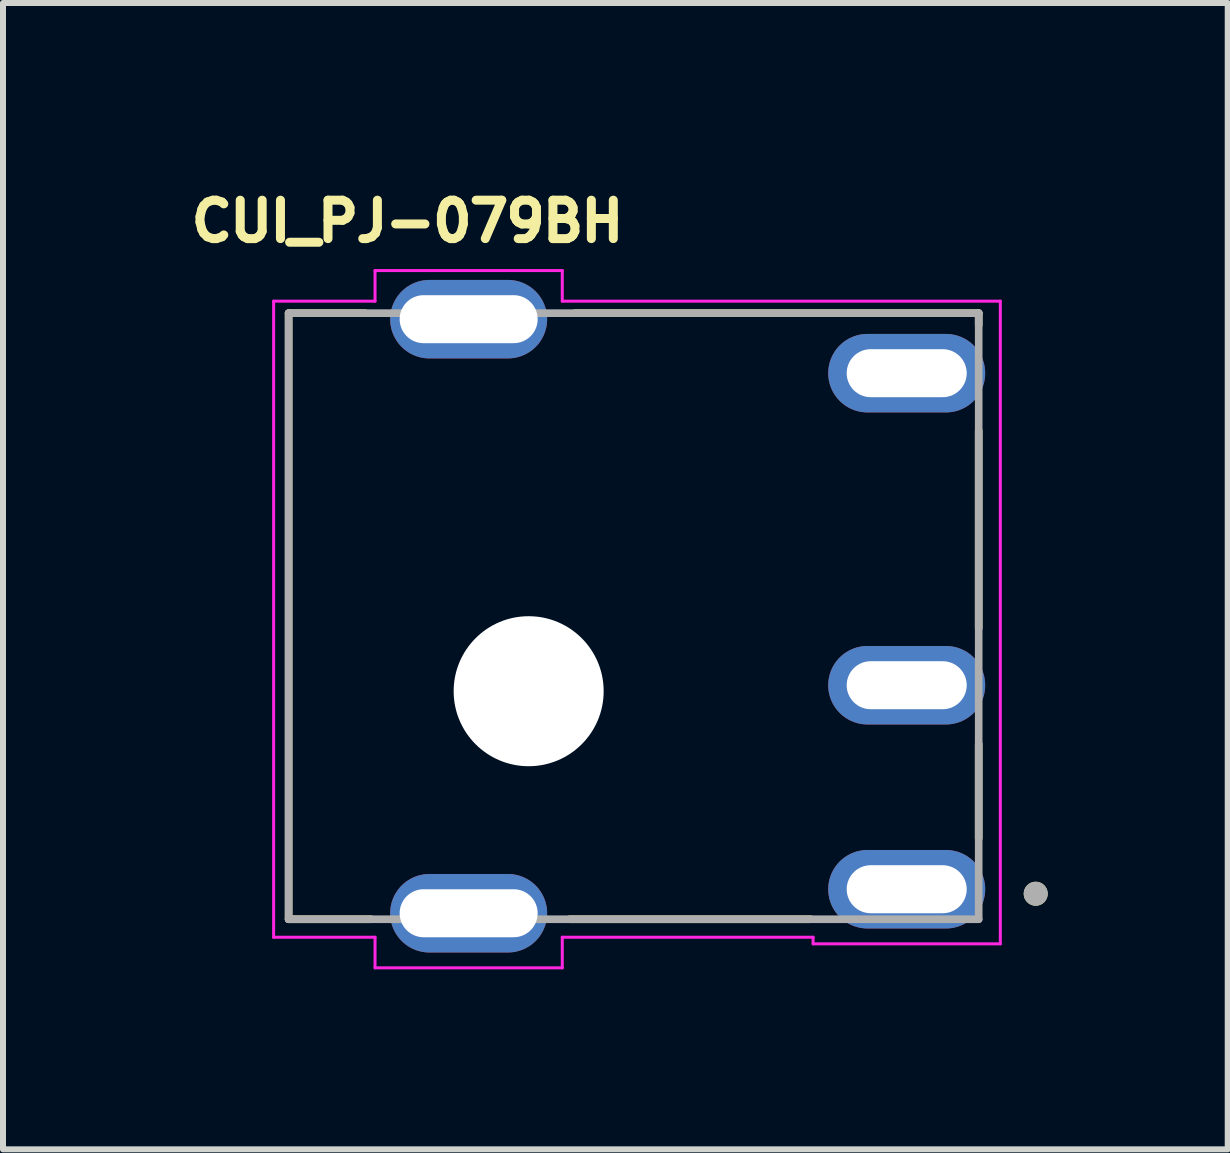
<source format=kicad_pcb>
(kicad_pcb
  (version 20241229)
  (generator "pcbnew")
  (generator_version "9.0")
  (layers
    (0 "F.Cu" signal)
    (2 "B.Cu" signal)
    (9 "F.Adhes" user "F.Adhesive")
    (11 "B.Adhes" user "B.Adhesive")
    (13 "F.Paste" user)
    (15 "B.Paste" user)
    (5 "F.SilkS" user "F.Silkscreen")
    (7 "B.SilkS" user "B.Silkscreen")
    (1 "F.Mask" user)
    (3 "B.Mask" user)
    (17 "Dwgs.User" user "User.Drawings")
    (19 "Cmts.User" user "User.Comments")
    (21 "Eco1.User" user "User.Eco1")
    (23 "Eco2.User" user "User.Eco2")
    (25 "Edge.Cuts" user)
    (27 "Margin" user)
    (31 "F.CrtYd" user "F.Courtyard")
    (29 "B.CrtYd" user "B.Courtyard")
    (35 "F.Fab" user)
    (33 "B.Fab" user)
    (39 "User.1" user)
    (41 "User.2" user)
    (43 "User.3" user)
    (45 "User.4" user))
  (footprint "CUI_PJ-079BH"
    (layer "F.Cu")
    (at 1.76 8.469)
    (property "Reference" "CUI_PJ-079BH" (at 1.982 -7.831 0) (layer "F.SilkS") (effects (font (size 0.64 0.64) (thickness 0.15))))
    (attr through_hole)
    (fp_line (start 0 -6.3) (end 1.275 -6.3) (stroke (width 0.127) (type solid)) (layer "F.SilkS"))
    (fp_line (start 0 3.8) (end 0 -6.3) (stroke (width 0.127) (type solid)) (layer "F.SilkS"))
    (fp_line (start 1.375 3.8) (end 0 3.8) (stroke (width 0.127) (type solid)) (layer "F.SilkS"))
    (fp_line (start 4.77 -6.3) (end 11.5 -6.3) (stroke (width 0.127) (type solid)) (layer "F.SilkS"))
    (fp_line (start 8.7 3.8) (end 4.68 3.8) (stroke (width 0.127) (type solid)) (layer "F.SilkS"))
    (fp_line (start 11.5 -6.3) (end 11.5 -6.1) (stroke (width 0.127) (type solid)) (layer "F.SilkS"))
    (fp_line (start 11.5 -4.34) (end 11.5 -1.05) (stroke (width 0.127) (type solid)) (layer "F.SilkS"))
    (fp_line (start 11.5 0.88) (end 11.5 2.45) (stroke (width 0.127) (type solid)) (layer "F.SilkS"))
    (fp_circle (center 12.45 3.375) (end 12.55 3.375) (stroke (width 0.2) (type solid)) (fill no) (layer "F.SilkS"))
    (fp_line (start -0.25 4.1) (end -0.25 -6.5) (stroke (width 0.05) (type solid)) (layer "F.CrtYd"))
    (fp_line (start -0.25 4.1) (end 1.44 4.1) (stroke (width 0.05) (type solid)) (layer "F.CrtYd"))
    (fp_line (start 1.44 -6.5) (end -0.25 -6.5) (stroke (width 0.05) (type solid)) (layer "F.CrtYd"))
    (fp_line (start 1.44 -6.5) (end 1.44 -7.01) (stroke (width 0.05) (type solid)) (layer "F.CrtYd"))
    (fp_line (start 1.44 4.1) (end 1.44 4.61) (stroke (width 0.05) (type solid)) (layer "F.CrtYd"))
    (fp_line (start 1.44 4.61) (end 4.56 4.61) (stroke (width 0.05) (type solid)) (layer "F.CrtYd"))
    (fp_line (start 4.56 -7.01) (end 1.44 -7.01) (stroke (width 0.05) (type solid)) (layer "F.CrtYd"))
    (fp_line (start 4.56 -6.5) (end 4.56 -7.01) (stroke (width 0.05) (type solid)) (layer "F.CrtYd"))
    (fp_line (start 4.56 4.1) (end 4.56 4.61) (stroke (width 0.05) (type solid)) (layer "F.CrtYd"))
    (fp_line (start 4.56 4.1) (end 8.74 4.1) (stroke (width 0.05) (type solid)) (layer "F.CrtYd"))
    (fp_line (start 8.74 4.1) (end 8.74 4.21) (stroke (width 0.05) (type solid)) (layer "F.CrtYd"))
    (fp_line (start 8.74 4.21) (end 11.86 4.21) (stroke (width 0.05) (type solid)) (layer "F.CrtYd"))
    (fp_line (start 11.86 -6.5) (end 4.56 -6.5) (stroke (width 0.05) (type solid)) (layer "F.CrtYd"))
    (fp_line (start 11.86 4.21) (end 11.86 -6.5) (stroke (width 0.05) (type solid)) (layer "F.CrtYd"))
    (fp_line (start 0 -6.3) (end 11.5 -6.3) (stroke (width 0.127) (type solid)) (layer "F.Fab"))
    (fp_line (start 0 3.8) (end 0 -6.3) (stroke (width 0.127) (type solid)) (layer "F.Fab"))
    (fp_line (start 0 3.8) (end 11.5 3.8) (stroke (width 0.127) (type solid)) (layer "F.Fab"))
    (fp_line (start 11.5 3.8) (end 11.5 -6.3) (stroke (width 0.127) (type solid)) (layer "F.Fab"))
    (fp_circle (center 12.45 3.375) (end 12.55 3.375) (stroke (width 0.2) (type solid)) (fill no) (layer "F.Fab"))
    (pad "" np_thru_hole circle (at 4 0) (size 2.5 2.5) (drill 2.5) (layers "*.Cu" "*.Mask"))
    (pad "1" thru_hole oval (at 10.3 3.3) (size 2.616 1.308) (drill oval 2 0.8) (layers "*.Cu" "*.Mask"))
    (pad "2" thru_hole oval (at 10.3 -5.3) (size 2.616 1.308) (drill oval 2 0.8) (layers "*.Cu" "*.Mask"))
    (pad "3" thru_hole oval (at 10.3 -0.1) (size 2.616 1.308) (drill oval 2 0.8) (layers "*.Cu" "*.Mask"))
    (pad "S1" thru_hole oval (at 3 -6.2) (size 2.616 1.308) (drill oval 2.3 0.8) (layers "*.Cu" "*.Mask"))
    (pad "S2" thru_hole oval (at 3 3.7) (size 2.616 1.308) (drill oval 2.3 0.8) (layers "*.Cu" "*.Mask")))
  (gr_rect
    (start -3 -3)
    (end 17.41 16.104)
    (stroke (width 0.1) (type default))
    (fill no)
    (layer "Edge.Cuts")))
</source>
